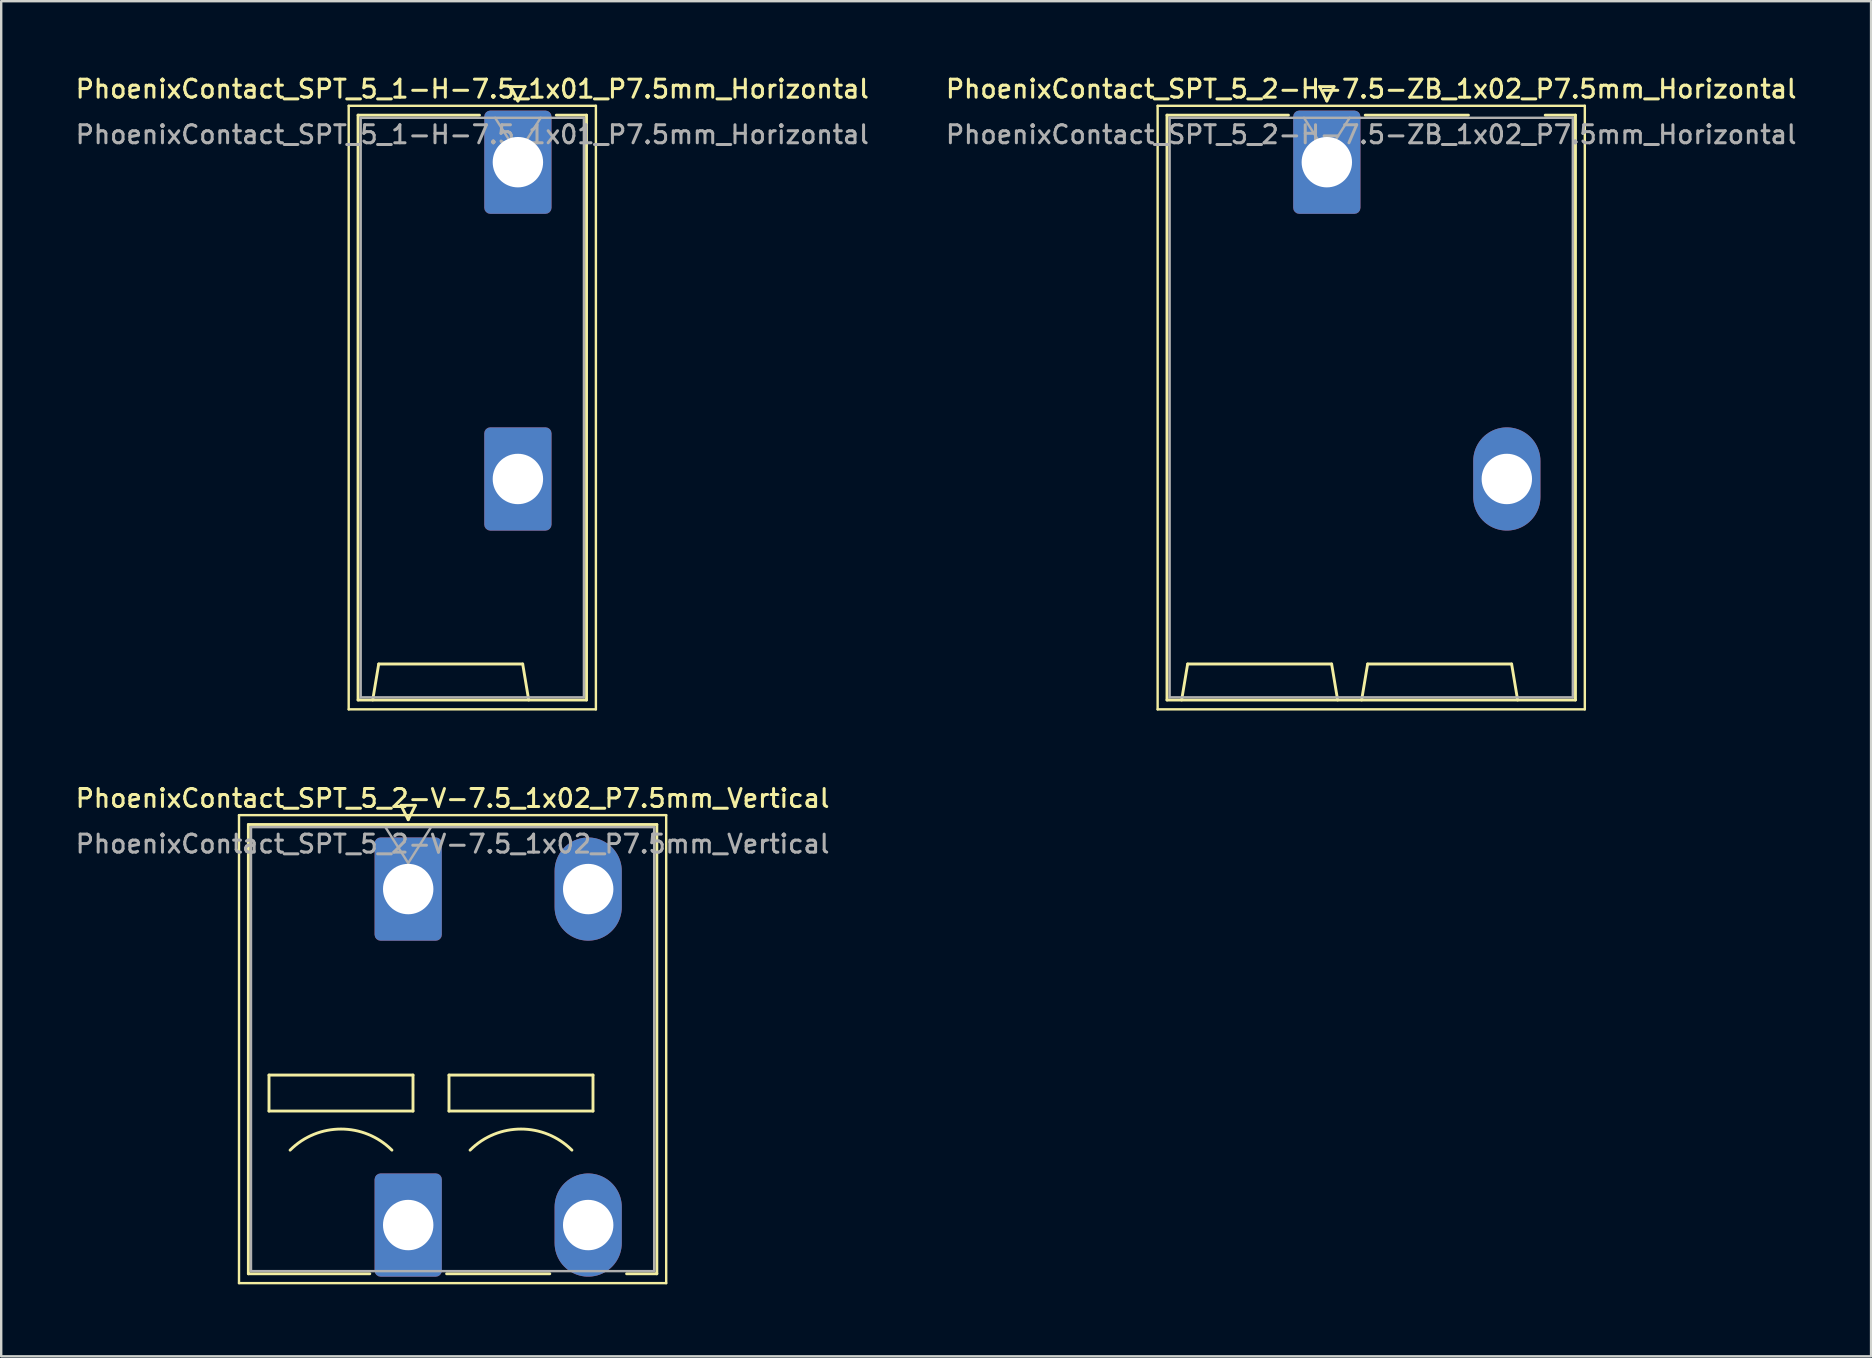
<source format=kicad_pcb>
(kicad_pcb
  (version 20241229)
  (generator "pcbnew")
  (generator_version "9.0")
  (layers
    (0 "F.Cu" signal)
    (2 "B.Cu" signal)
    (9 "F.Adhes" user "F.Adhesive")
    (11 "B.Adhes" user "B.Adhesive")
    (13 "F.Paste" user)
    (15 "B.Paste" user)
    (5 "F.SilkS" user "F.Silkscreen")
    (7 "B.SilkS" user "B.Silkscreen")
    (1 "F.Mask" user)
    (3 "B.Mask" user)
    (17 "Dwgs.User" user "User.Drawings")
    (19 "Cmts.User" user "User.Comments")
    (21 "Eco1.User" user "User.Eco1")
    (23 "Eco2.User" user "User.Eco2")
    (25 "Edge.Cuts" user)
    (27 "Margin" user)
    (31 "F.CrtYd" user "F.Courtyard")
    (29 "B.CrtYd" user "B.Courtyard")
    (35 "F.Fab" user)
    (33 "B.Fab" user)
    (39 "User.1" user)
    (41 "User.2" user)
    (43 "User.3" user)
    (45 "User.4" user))
  (footprint "PhoenixContact_SPT_5_2-H-7.5-ZB_1x02_P7.5mm_Horizontal"
    (layer "F.Cu")
    (at 52.237 3.708)
    (property "Reference" "PhoenixContact_SPT_5_2-H-7.5-ZB_1x02_P7.5mm_Horizontal" (at 1.85 -3.05 0) (layer "F.SilkS") (effects (font (size 0.75 0.75) (thickness 0.125))))
    (attr through_hole)
    (fp_line (start -7.05 -2.35) (end -7.05 22.8) (stroke (width 0.1) (type solid)) (layer "F.SilkS"))
    (fp_line (start -7.05 22.8) (end 10.75 22.8) (stroke (width 0.1) (type solid)) (layer "F.SilkS"))
    (fp_line (start -6.66 -1.96) (end -1.6 -1.96) (stroke (width 0.12) (type solid)) (layer "F.SilkS"))
    (fp_line (start -6.66 22.41) (end -6.66 -1.96) (stroke (width 0.12) (type solid)) (layer "F.SilkS"))
    (fp_line (start -6.05 22.41) (end -5.8 20.91) (stroke (width 0.12) (type solid)) (layer "F.SilkS"))
    (fp_line (start -5.8 20.91) (end 0.2 20.91) (stroke (width 0.12) (type solid)) (layer "F.SilkS"))
    (fp_line (start -0.3 -3.15) (end 0 -2.55) (stroke (width 0.12) (type solid)) (layer "F.SilkS"))
    (fp_line (start -0.3 -3.15) (end 0.3 -3.15) (stroke (width 0.12) (type solid)) (layer "F.SilkS"))
    (fp_line (start 0.3 -3.15) (end 0 -2.55) (stroke (width 0.12) (type solid)) (layer "F.SilkS"))
    (fp_line (start 0.45 22.41) (end 0.2 20.91) (stroke (width 0.12) (type solid)) (layer "F.SilkS"))
    (fp_line (start 1.45 22.41) (end 1.7 20.91) (stroke (width 0.12) (type solid)) (layer "F.SilkS"))
    (fp_line (start 1.6 -1.96) (end 5.9 -1.96) (stroke (width 0.12) (type solid)) (layer "F.SilkS"))
    (fp_line (start 1.7 20.91) (end 7.7 20.91) (stroke (width 0.12) (type solid)) (layer "F.SilkS"))
    (fp_line (start 7.95 22.41) (end 7.7 20.91) (stroke (width 0.12) (type solid)) (layer "F.SilkS"))
    (fp_line (start 9.1 -1.96) (end 10.36 -1.96) (stroke (width 0.12) (type solid)) (layer "F.SilkS"))
    (fp_line (start 10.36 -1.96) (end 10.36 22.41) (stroke (width 0.12) (type solid)) (layer "F.SilkS"))
    (fp_line (start 10.36 22.41) (end -6.66 22.41) (stroke (width 0.12) (type solid)) (layer "F.SilkS"))
    (fp_line (start 10.75 -2.35) (end -7.05 -2.35) (stroke (width 0.1) (type solid)) (layer "F.SilkS"))
    (fp_line (start 10.75 22.8) (end 10.75 -2.35) (stroke (width 0.1) (type solid)) (layer "F.SilkS"))
    (fp_line (start -6.55 -1.85) (end -6.55 22.3) (stroke (width 0.1) (type solid)) (layer "F.Fab"))
    (fp_line (start -6.55 22.3) (end 10.25 22.3) (stroke (width 0.1) (type solid)) (layer "F.Fab"))
    (fp_line (start -0.95 -1.85) (end 0 -0.35) (stroke (width 0.1) (type solid)) (layer "F.Fab"))
    (fp_line (start 0.95 -1.85) (end 0 -0.35) (stroke (width 0.1) (type solid)) (layer "F.Fab"))
    (fp_line (start 10.25 -1.85) (end -6.55 -1.85) (stroke (width 0.1) (type solid)) (layer "F.Fab"))
    (fp_line (start 10.25 22.3) (end 10.25 -1.85) (stroke (width 0.1) (type solid)) (layer "F.Fab"))
    (fp_text user "${REFERENCE}" (at 1.85 -1.15 0) (layer "F.Fab") (effects (font (size 0.75 0.75) (thickness 0.125))))
    (pad "1" thru_hole roundrect (at 0 0) (size 2.8 4.3) (drill 2.1) (layers "*.Cu" "*.Mask") (roundrect_rratio 0.089))
    (pad "2" thru_hole oval (at 7.5 13.2) (size 2.8 4.3) (drill 2.1) (layers "*.Cu" "*.Mask")))
  (footprint "PhoenixContact_SPT_5_1-H-7.5_1x01_P7.5mm_Horizontal"
    (layer "F.Cu")
    (at 18.53 3.708)
    (property "Reference" "PhoenixContact_SPT_5_1-H-7.5_1x01_P7.5mm_Horizontal" (at -1.9 -3.05 0) (layer "F.SilkS") (effects (font (size 0.75 0.75) (thickness 0.125))))
    (attr through_hole)
    (fp_line (start -7.05 -2.35) (end -7.05 22.8) (stroke (width 0.1) (type solid)) (layer "F.SilkS"))
    (fp_line (start -7.05 22.8) (end 3.25 22.8) (stroke (width 0.1) (type solid)) (layer "F.SilkS"))
    (fp_line (start -6.66 -1.96) (end -1.6 -1.96) (stroke (width 0.12) (type solid)) (layer "F.SilkS"))
    (fp_line (start -6.66 22.41) (end -6.66 -1.96) (stroke (width 0.12) (type solid)) (layer "F.SilkS"))
    (fp_line (start -6.05 22.41) (end -5.8 20.91) (stroke (width 0.12) (type solid)) (layer "F.SilkS"))
    (fp_line (start -5.8 20.91) (end 0.2 20.91) (stroke (width 0.12) (type solid)) (layer "F.SilkS"))
    (fp_line (start -0.3 -3.15) (end 0 -2.55) (stroke (width 0.12) (type solid)) (layer "F.SilkS"))
    (fp_line (start -0.3 -3.15) (end 0.3 -3.15) (stroke (width 0.12) (type solid)) (layer "F.SilkS"))
    (fp_line (start 0.3 -3.15) (end 0 -2.55) (stroke (width 0.12) (type solid)) (layer "F.SilkS"))
    (fp_line (start 0.45 22.41) (end 0.2 20.91) (stroke (width 0.12) (type solid)) (layer "F.SilkS"))
    (fp_line (start 1.6 -1.96) (end 2.86 -1.96) (stroke (width 0.12) (type solid)) (layer "F.SilkS"))
    (fp_line (start 2.86 -1.96) (end 2.86 22.41) (stroke (width 0.12) (type solid)) (layer "F.SilkS"))
    (fp_line (start 2.86 22.41) (end -6.66 22.41) (stroke (width 0.12) (type solid)) (layer "F.SilkS"))
    (fp_line (start 3.25 -2.35) (end -7.05 -2.35) (stroke (width 0.1) (type solid)) (layer "F.SilkS"))
    (fp_line (start 3.25 22.8) (end 3.25 -2.35) (stroke (width 0.1) (type solid)) (layer "F.SilkS"))
    (fp_line (start -6.55 -1.85) (end -6.55 22.3) (stroke (width 0.1) (type solid)) (layer "F.Fab"))
    (fp_line (start -6.55 22.3) (end 2.75 22.3) (stroke (width 0.1) (type solid)) (layer "F.Fab"))
    (fp_line (start -0.95 -1.85) (end 0 -0.35) (stroke (width 0.1) (type solid)) (layer "F.Fab"))
    (fp_line (start 0.95 -1.85) (end 0 -0.35) (stroke (width 0.1) (type solid)) (layer "F.Fab"))
    (fp_line (start 2.75 -1.85) (end -6.55 -1.85) (stroke (width 0.1) (type solid)) (layer "F.Fab"))
    (fp_line (start 2.75 22.3) (end 2.75 -1.85) (stroke (width 0.1) (type solid)) (layer "F.Fab"))
    (fp_text user "${REFERENCE}" (at -1.9 -1.15 0) (layer "F.Fab") (effects (font (size 0.75 0.75) (thickness 0.125))))
    (pad "1" thru_hole roundrect (at 0 0) (size 2.8 4.3) (drill 2.1) (layers "*.Cu" "*.Mask") (roundrect_rratio 0.089))
    (pad "1" thru_hole roundrect (at 0 13.2) (size 2.8 4.3) (drill 2.1) (layers "*.Cu" "*.Mask") (roundrect_rratio 0.089)))
  (footprint "PhoenixContact_SPT_5_2-V-7.5_1x02_P7.5mm_Vertical"
    (layer "F.Cu")
    (at 13.959 33.996)
    (property "Reference" "PhoenixContact_SPT_5_2-V-7.5_1x02_P7.5mm_Vertical" (at 1.85 -3.78 0) (layer "F.SilkS") (effects (font (size 0.75 0.75) (thickness 0.125))))
    (attr through_hole)
    (fp_line (start -7.05 -3.08) (end -7.05 16.42) (stroke (width 0.1) (type solid)) (layer "F.SilkS"))
    (fp_line (start -7.05 16.42) (end 10.75 16.42) (stroke (width 0.1) (type solid)) (layer "F.SilkS"))
    (fp_line (start -6.66 -2.69) (end 10.36 -2.69) (stroke (width 0.12) (type solid)) (layer "F.SilkS"))
    (fp_line (start -6.66 16.03) (end -6.66 -2.69) (stroke (width 0.12) (type solid)) (layer "F.SilkS"))
    (fp_line (start -6.66 16.03) (end -1.6 16.03) (stroke (width 0.12) (type solid)) (layer "F.SilkS"))
    (fp_line (start -5.8 7.75) (end -5.8 9.25) (stroke (width 0.12) (type solid)) (layer "F.SilkS"))
    (fp_line (start -5.8 9.25) (end 0.2 9.25) (stroke (width 0.12) (type solid)) (layer "F.SilkS"))
    (fp_line (start -0.3 -3.49) (end 0 -2.89) (stroke (width 0.12) (type solid)) (layer "F.SilkS"))
    (fp_line (start -0.3 -3.49) (end 0.3 -3.49) (stroke (width 0.12) (type solid)) (layer "F.SilkS"))
    (fp_line (start 0.2 7.75) (end -5.8 7.75) (stroke (width 0.12) (type solid)) (layer "F.SilkS"))
    (fp_line (start 0.2 9.25) (end 0.2 7.75) (stroke (width 0.12) (type solid)) (layer "F.SilkS"))
    (fp_line (start 0.3 -3.49) (end 0 -2.89) (stroke (width 0.12) (type solid)) (layer "F.SilkS"))
    (fp_line (start 1.6 16.03) (end 5.9 16.03) (stroke (width 0.12) (type solid)) (layer "F.SilkS"))
    (fp_line (start 1.7 7.75) (end 1.7 9.25) (stroke (width 0.12) (type solid)) (layer "F.SilkS"))
    (fp_line (start 1.7 9.25) (end 7.7 9.25) (stroke (width 0.12) (type solid)) (layer "F.SilkS"))
    (fp_line (start 7.7 7.75) (end 1.7 7.75) (stroke (width 0.12) (type solid)) (layer "F.SilkS"))
    (fp_line (start 7.7 9.25) (end 7.7 7.75) (stroke (width 0.12) (type solid)) (layer "F.SilkS"))
    (fp_line (start 9.1 16.03) (end 10.36 16.03) (stroke (width 0.12) (type solid)) (layer "F.SilkS"))
    (fp_line (start 10.36 -2.69) (end 10.36 16.03) (stroke (width 0.12) (type solid)) (layer "F.SilkS"))
    (fp_line (start 10.75 -3.08) (end -7.05 -3.08) (stroke (width 0.1) (type solid)) (layer "F.SilkS"))
    (fp_line (start 10.75 16.42) (end 10.75 -3.08) (stroke (width 0.1) (type solid)) (layer "F.SilkS"))
    (fp_arc (start -4.92132 10.87868) (mid -2.8 10) (end -0.67868 10.87868) (stroke (width 0.12) (type solid)) (layer "F.SilkS"))
    (fp_arc (start 2.57868 10.87868) (mid 4.7 10) (end 6.82132 10.87868) (stroke (width 0.12) (type solid)) (layer "F.SilkS"))
    (fp_line (start -6.55 -2.58) (end -6.55 15.92) (stroke (width 0.1) (type solid)) (layer "F.Fab"))
    (fp_line (start -6.55 15.92) (end 10.25 15.92) (stroke (width 0.1) (type solid)) (layer "F.Fab"))
    (fp_line (start -0.95 -2.58) (end 0 -1.08) (stroke (width 0.1) (type solid)) (layer "F.Fab"))
    (fp_line (start 0.95 -2.58) (end 0 -1.08) (stroke (width 0.1) (type solid)) (layer "F.Fab"))
    (fp_line (start 10.25 -2.58) (end -6.55 -2.58) (stroke (width 0.1) (type solid)) (layer "F.Fab"))
    (fp_line (start 10.25 15.92) (end 10.25 -2.58) (stroke (width 0.1) (type solid)) (layer "F.Fab"))
    (fp_text user "${REFERENCE}" (at 1.85 -1.88 0) (layer "F.Fab") (effects (font (size 0.75 0.75) (thickness 0.125))))
    (pad "1" thru_hole roundrect (at 0 0) (size 2.8 4.3) (drill 2.1) (layers "*.Cu" "*.Mask") (roundrect_rratio 0.089))
    (pad "1" thru_hole roundrect (at 0 14) (size 2.8 4.3) (drill 2.1) (layers "*.Cu" "*.Mask") (roundrect_rratio 0.089))
    (pad "2" thru_hole oval (at 7.5 0) (size 2.8 4.3) (drill 2.1) (layers "*.Cu" "*.Mask"))
    (pad "2" thru_hole oval (at 7.5 14) (size 2.8 4.3) (drill 2.1) (layers "*.Cu" "*.Mask")))
  (gr_rect
    (start -3 -3)
    (end 74.914 53.466)
    (stroke (width 0.1) (type default))
    (fill no)
    (layer "Edge.Cuts")))
</source>
